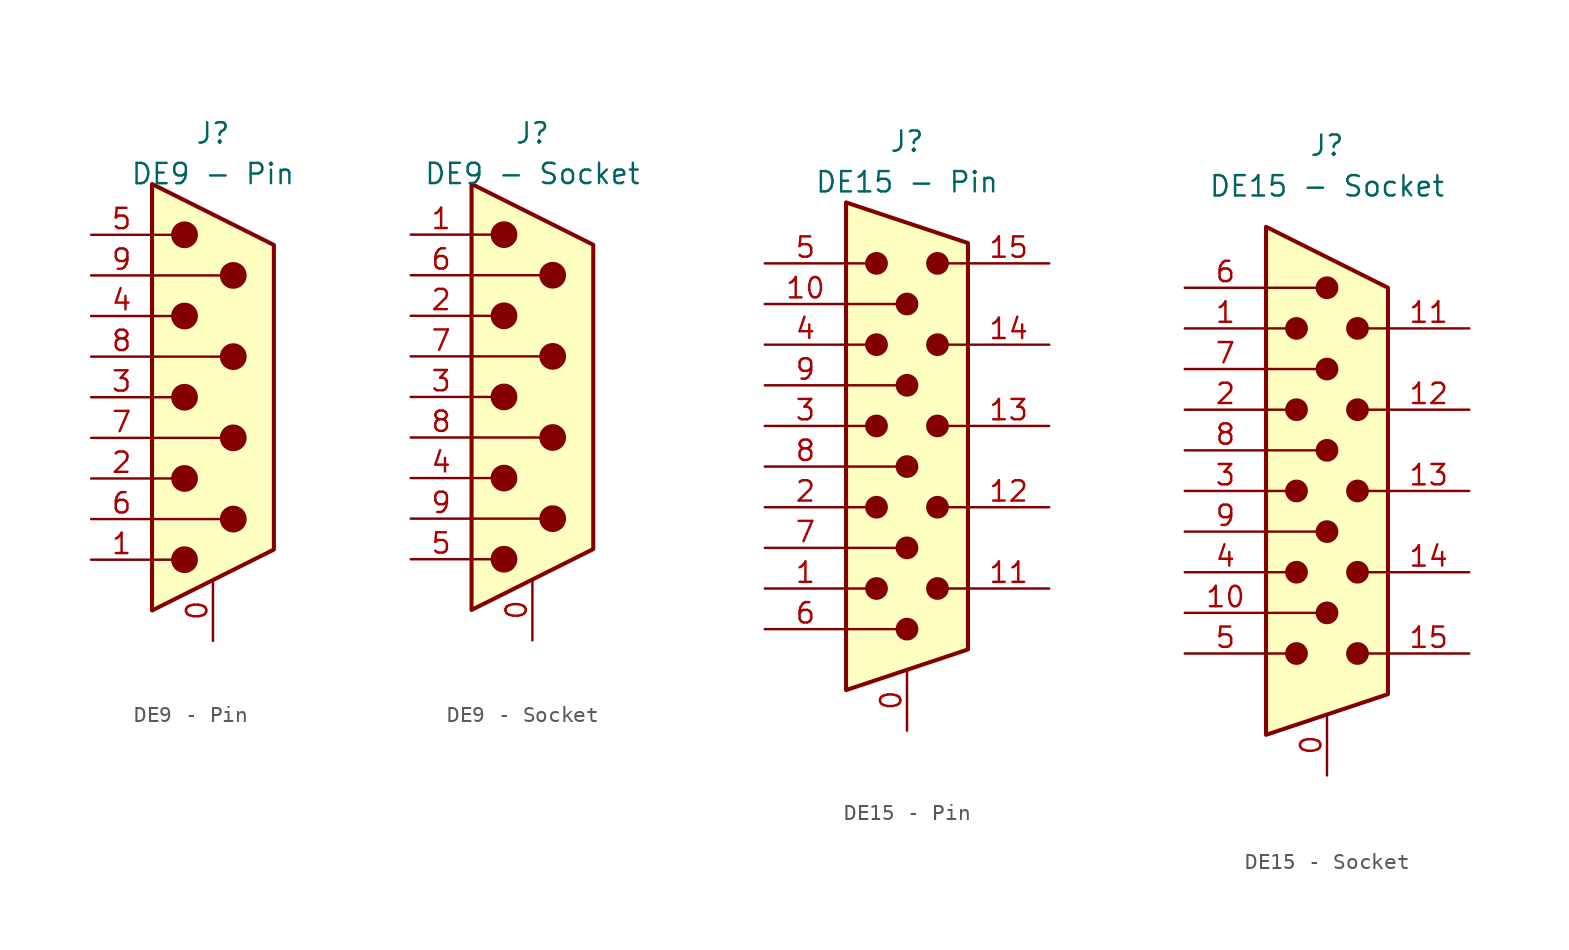
<source format=kicad_sym>
(kicad_symbol_lib
  (version 20211014)
  (generator kicad_symbol_editor)
  (symbol "DE9 - Pin"
    (pin_names
      (offset 1.016) hide)
    (property "Reference" "J"
      (at 0 16.51 0)
      (effects (font (size 1.27 1.27))))
    (property "Value" "DE9 - Pin"
      (at 0 13.97 0)
      (effects (font (size 1.27 1.27))))
    (symbol "DE9 - Pin_0_1"
      (circle (center -1.778 -10.16) (radius 0.762) (stroke (width 0) (type default) (color 0 0 0 0)) (fill (type outline)))
      (circle (center -1.778 -5.08) (radius 0.762) (stroke (width 0) (type default) (color 0 0 0 0)) (fill (type outline)))
      (circle (center -1.778 0) (radius 0.762) (stroke (width 0) (type default) (color 0 0 0 0)) (fill (type outline)))
      (circle (center -1.778 5.08) (radius 0.762) (stroke (width 0) (type default) (color 0 0 0 0)) (fill (type outline)))
      (circle (center -1.778 10.16) (radius 0.762) (stroke (width 0) (type default) (color 0 0 0 0)) (fill (type outline)))
      (polyline (pts (xy -3.81 -10.16) (xy -1.27 -10.16)) (stroke (width 0) (type default) (color 0 0 0 0)) (fill (type none)))
      (polyline (pts (xy -3.81 -7.62) (xy 1.27 -7.62)) (stroke (width 0) (type default) (color 0 0 0 0)) (fill (type none)))
      (polyline (pts (xy -3.81 -5.08) (xy -1.27 -5.08)) (stroke (width 0) (type default) (color 0 0 0 0)) (fill (type none)))
      (polyline (pts (xy -3.81 -2.54) (xy 1.27 -2.54)) (stroke (width 0) (type default) (color 0 0 0 0)) (fill (type none)))
      (polyline (pts (xy -3.81 0) (xy -1.27 0)) (stroke (width 0) (type default) (color 0 0 0 0)) (fill (type none)))
      (polyline (pts (xy -3.81 2.54) (xy 1.27 2.54)) (stroke (width 0) (type default) (color 0 0 0 0)) (fill (type none)))
      (polyline (pts (xy -3.81 5.08) (xy -1.27 5.08)) (stroke (width 0) (type default) (color 0 0 0 0)) (fill (type none)))
      (polyline (pts (xy -3.81 7.62) (xy 1.27 7.62)) (stroke (width 0) (type default) (color 0 0 0 0)) (fill (type none)))
      (polyline (pts (xy -3.81 10.16) (xy -1.27 10.16)) (stroke (width 0) (type default) (color 0 0 0 0)) (fill (type none)))
      (polyline (pts (xy -3.81 13.335) (xy -3.81 -13.335) (xy 3.81 -9.525) (xy 3.81 9.525) (xy -3.81 13.335)) (stroke (width 0.254) (type default) (color 0 0 0 0)) (fill (type background)))
      (circle (center 1.27 -7.62) (radius 0.762) (stroke (width 0) (type default) (color 0 0 0 0)) (fill (type outline)))
      (circle (center 1.27 -2.54) (radius 0.762) (stroke (width 0) (type default) (color 0 0 0 0)) (fill (type outline)))
      (circle (center 1.27 2.54) (radius 0.762) (stroke (width 0) (type default) (color 0 0 0 0)) (fill (type outline)))
      (circle (center 1.27 7.62) (radius 0.762) (stroke (width 0) (type default) (color 0 0 0 0)) (fill (type outline))))
    (symbol "DE9 - Pin_1_1"
      (pin passive line (at 0 -15.24 90) (length 3.81) (name "0" (effects (font (size 1.27 1.27)))) (number "0" (effects (font (size 1.27 1.27)))))
      (pin passive line (at -7.62 -10.16 0) (length 3.81) (name "1" (effects (font (size 1.27 1.27)))) (number "1" (effects (font (size 1.27 1.27)))))
      (pin passive line (at -7.62 -5.08 0) (length 3.81) (name "2" (effects (font (size 1.27 1.27)))) (number "2" (effects (font (size 1.27 1.27)))))
      (pin passive line (at -7.62 0 0) (length 3.81) (name "3" (effects (font (size 1.27 1.27)))) (number "3" (effects (font (size 1.27 1.27)))))
      (pin passive line (at -7.62 5.08 0) (length 3.81) (name "4" (effects (font (size 1.27 1.27)))) (number "4" (effects (font (size 1.27 1.27)))))
      (pin passive line (at -7.62 10.16 0) (length 3.81) (name "5" (effects (font (size 1.27 1.27)))) (number "5" (effects (font (size 1.27 1.27)))))
      (pin passive line (at -7.62 -7.62 0) (length 3.81) (name "6" (effects (font (size 1.27 1.27)))) (number "6" (effects (font (size 1.27 1.27)))))
      (pin passive line (at -7.62 -2.54 0) (length 3.81) (name "7" (effects (font (size 1.27 1.27)))) (number "7" (effects (font (size 1.27 1.27)))))
      (pin passive line (at -7.62 2.54 0) (length 3.81) (name "8" (effects (font (size 1.27 1.27)))) (number "8" (effects (font (size 1.27 1.27)))))
      (pin passive line (at -7.62 7.62 0) (length 3.81) (name "9" (effects (font (size 1.27 1.27)))) (number "9" (effects (font (size 1.27 1.27)))))))
  (symbol "DE9 - Socket"
    (pin_names
      (offset 1.016) hide)
    (property "Reference" "J"
      (at 0 16.51 0)
      (effects (font (size 1.27 1.27))))
    (property "Value" "DE9 - Socket"
      (at 0 13.97 0)
      (effects (font (size 1.27 1.27))))
    (symbol "DE9 - Socket_0_1"
      (circle (center -1.778 -10.16) (radius 0.762) (stroke (width 0) (type default) (color 0 0 0 0)) (fill (type outline)))
      (circle (center -1.778 -5.08) (radius 0.762) (stroke (width 0) (type default) (color 0 0 0 0)) (fill (type outline)))
      (circle (center -1.778 0) (radius 0.762) (stroke (width 0) (type default) (color 0 0 0 0)) (fill (type outline)))
      (circle (center -1.778 5.08) (radius 0.762) (stroke (width 0) (type default) (color 0 0 0 0)) (fill (type outline)))
      (circle (center -1.778 10.16) (radius 0.762) (stroke (width 0) (type default) (color 0 0 0 0)) (fill (type outline)))
      (polyline (pts (xy -3.81 -10.16) (xy -1.27 -10.16)) (stroke (width 0) (type default) (color 0 0 0 0)) (fill (type none)))
      (polyline (pts (xy -3.81 -7.62) (xy 1.27 -7.62)) (stroke (width 0) (type default) (color 0 0 0 0)) (fill (type none)))
      (polyline (pts (xy -3.81 -5.08) (xy -1.27 -5.08)) (stroke (width 0) (type default) (color 0 0 0 0)) (fill (type none)))
      (polyline (pts (xy -3.81 -2.54) (xy 1.27 -2.54)) (stroke (width 0) (type default) (color 0 0 0 0)) (fill (type none)))
      (polyline (pts (xy -3.81 0) (xy -1.27 0)) (stroke (width 0) (type default) (color 0 0 0 0)) (fill (type none)))
      (polyline (pts (xy -3.81 2.54) (xy 1.27 2.54)) (stroke (width 0) (type default) (color 0 0 0 0)) (fill (type none)))
      (polyline (pts (xy -3.81 5.08) (xy -1.27 5.08)) (stroke (width 0) (type default) (color 0 0 0 0)) (fill (type none)))
      (polyline (pts (xy -3.81 7.62) (xy 1.27 7.62)) (stroke (width 0) (type default) (color 0 0 0 0)) (fill (type none)))
      (polyline (pts (xy -3.81 10.16) (xy -1.27 10.16)) (stroke (width 0) (type default) (color 0 0 0 0)) (fill (type none)))
      (polyline (pts (xy -3.81 13.335) (xy -3.81 -13.335) (xy 3.81 -9.525) (xy 3.81 9.525) (xy -3.81 13.335)) (stroke (width 0.254) (type default) (color 0 0 0 0)) (fill (type background)))
      (circle (center 1.27 -7.62) (radius 0.762) (stroke (width 0) (type default) (color 0 0 0 0)) (fill (type outline)))
      (circle (center 1.27 -2.54) (radius 0.762) (stroke (width 0) (type default) (color 0 0 0 0)) (fill (type outline)))
      (circle (center 1.27 2.54) (radius 0.762) (stroke (width 0) (type default) (color 0 0 0 0)) (fill (type outline)))
      (circle (center 1.27 7.62) (radius 0.762) (stroke (width 0) (type default) (color 0 0 0 0)) (fill (type outline))))
    (symbol "DE9 - Socket_1_1"
      (pin passive line (at 0 -15.24 90) (length 3.81) (name "0" (effects (font (size 1.27 1.27)))) (number "0" (effects (font (size 1.27 1.27)))))
      (pin passive line (at -7.62 10.16 0) (length 3.81) (name "1" (effects (font (size 1.27 1.27)))) (number "1" (effects (font (size 1.27 1.27)))))
      (pin passive line (at -7.62 5.08 0) (length 3.81) (name "2" (effects (font (size 1.27 1.27)))) (number "2" (effects (font (size 1.27 1.27)))))
      (pin passive line (at -7.62 0 0) (length 3.81) (name "3" (effects (font (size 1.27 1.27)))) (number "3" (effects (font (size 1.27 1.27)))))
      (pin passive line (at -7.62 -5.08 0) (length 3.81) (name "4" (effects (font (size 1.27 1.27)))) (number "4" (effects (font (size 1.27 1.27)))))
      (pin passive line (at -7.62 -10.16 0) (length 3.81) (name "5" (effects (font (size 1.27 1.27)))) (number "5" (effects (font (size 1.27 1.27)))))
      (pin passive line (at -7.62 7.62 0) (length 3.81) (name "6" (effects (font (size 1.27 1.27)))) (number "6" (effects (font (size 1.27 1.27)))))
      (pin passive line (at -7.62 2.54 0) (length 3.81) (name "7" (effects (font (size 1.27 1.27)))) (number "7" (effects (font (size 1.27 1.27)))))
      (pin passive line (at -7.62 -2.54 0) (length 3.81) (name "8" (effects (font (size 1.27 1.27)))) (number "8" (effects (font (size 1.27 1.27)))))
      (pin passive line (at -7.62 -7.62 0) (length 3.81) (name "9" (effects (font (size 1.27 1.27)))) (number "9" (effects (font (size 1.27 1.27)))))))
  (symbol "DE15 - Pin"
    (pin_names
      (offset 1.016) hide)
    (property "Reference" "J"
      (at 0 21.59 0)
      (effects (font (size 1.27 1.27))))
    (property "Value" "DE15 - Pin"
      (at 0 19.05 0)
      (effects (font (size 1.27 1.27))))
    (symbol "DE15 - Pin_0_1"
      (circle (center -1.905 -6.35) (radius 0.635) (stroke (width 0) (type default) (color 0 0 0 0)) (fill (type outline)))
      (circle (center -1.905 -1.27) (radius 0.635) (stroke (width 0) (type default) (color 0 0 0 0)) (fill (type outline)))
      (circle (center -1.905 3.81) (radius 0.635) (stroke (width 0) (type default) (color 0 0 0 0)) (fill (type outline)))
      (circle (center -1.905 8.89) (radius 0.635) (stroke (width 0) (type default) (color 0 0 0 0)) (fill (type outline)))
      (circle (center -1.905 13.97) (radius 0.635) (stroke (width 0) (type default) (color 0 0 0 0)) (fill (type outline)))
      (circle (center 0 -8.89) (radius 0.635) (stroke (width 0) (type default) (color 0 0 0 0)) (fill (type outline)))
      (circle (center 0 -3.81) (radius 0.635) (stroke (width 0) (type default) (color 0 0 0 0)) (fill (type outline)))
      (polyline (pts (xy -2.54 -6.35) (xy -3.81 -6.35)) (stroke (width 0) (type default) (color 0 0 0 0)) (fill (type none)))
      (polyline (pts (xy -2.54 -1.27) (xy -3.81 -1.27)) (stroke (width 0) (type default) (color 0 0 0 0)) (fill (type none)))
      (polyline (pts (xy -2.54 3.81) (xy -3.81 3.81)) (stroke (width 0) (type default) (color 0 0 0 0)) (fill (type none)))
      (polyline (pts (xy -2.54 8.89) (xy -3.81 8.89)) (stroke (width 0) (type default) (color 0 0 0 0)) (fill (type none)))
      (polyline (pts (xy -2.54 13.97) (xy -3.81 13.97)) (stroke (width 0) (type default) (color 0 0 0 0)) (fill (type none)))
      (polyline (pts (xy 0 -8.89) (xy -3.81 -8.89)) (stroke (width 0) (type default) (color 0 0 0 0)) (fill (type none)))
      (polyline (pts (xy 0 -3.81) (xy -3.81 -3.81)) (stroke (width 0) (type default) (color 0 0 0 0)) (fill (type none)))
      (polyline (pts (xy 0 1.27) (xy -3.81 1.27)) (stroke (width 0) (type default) (color 0 0 0 0)) (fill (type none)))
      (polyline (pts (xy 0 6.35) (xy -3.81 6.35)) (stroke (width 0) (type default) (color 0 0 0 0)) (fill (type none)))
      (polyline (pts (xy 0 11.43) (xy -3.81 11.43)) (stroke (width 0) (type default) (color 0 0 0 0)) (fill (type none)))
      (polyline (pts (xy 3.81 -6.35) (xy 2.54 -6.35)) (stroke (width 0) (type default) (color 0 0 0 0)) (fill (type none)))
      (polyline (pts (xy 3.81 -1.27) (xy 2.54 -1.27)) (stroke (width 0) (type default) (color 0 0 0 0)) (fill (type none)))
      (polyline (pts (xy 3.81 3.81) (xy 2.54 3.81)) (stroke (width 0) (type default) (color 0 0 0 0)) (fill (type none)))
      (polyline (pts (xy 3.81 8.89) (xy 2.54 8.89)) (stroke (width 0) (type default) (color 0 0 0 0)) (fill (type none)))
      (polyline (pts (xy 3.81 13.97) (xy 2.54 13.97)) (stroke (width 0) (type default) (color 0 0 0 0)) (fill (type none)))
      (polyline (pts (xy -3.81 17.78) (xy -3.81 -12.7) (xy 3.81 -10.16) (xy 3.81 15.24) (xy -3.81 17.78)) (stroke (width 0.254) (type default) (color 0 0 0 0)) (fill (type background)))
      (circle (center 0 1.27) (radius 0.635) (stroke (width 0) (type default) (color 0 0 0 0)) (fill (type outline)))
      (circle (center 0 6.35) (radius 0.635) (stroke (width 0) (type default) (color 0 0 0 0)) (fill (type outline)))
      (circle (center 0 11.43) (radius 0.635) (stroke (width 0) (type default) (color 0 0 0 0)) (fill (type outline)))
      (circle (center 1.905 -6.35) (radius 0.635) (stroke (width 0) (type default) (color 0 0 0 0)) (fill (type outline)))
      (circle (center 1.905 -1.27) (radius 0.635) (stroke (width 0) (type default) (color 0 0 0 0)) (fill (type outline)))
      (circle (center 1.905 3.81) (radius 0.635) (stroke (width 0) (type default) (color 0 0 0 0)) (fill (type outline)))
      (circle (center 1.905 8.89) (radius 0.635) (stroke (width 0) (type default) (color 0 0 0 0)) (fill (type outline)))
      (circle (center 1.905 13.97) (radius 0.635) (stroke (width 0) (type default) (color 0 0 0 0)) (fill (type outline))))
    (symbol "DE15 - Pin_1_1"
      (pin passive line (at 0 -15.24 90) (length 3.81) (name "0" (effects (font (size 1.27 1.27)))) (number "0" (effects (font (size 1.27 1.27)))))
      (pin passive line (at -8.89 -6.35 0) (length 5.08) (name "1" (effects (font (size 1.27 1.27)))) (number "1" (effects (font (size 1.27 1.27)))))
      (pin passive line (at -8.89 11.43 0) (length 5.08) (name "10" (effects (font (size 1.27 1.27)))) (number "10" (effects (font (size 1.27 1.27)))))
      (pin passive line (at 8.89 -6.35 180) (length 5.08) (name "11" (effects (font (size 1.27 1.27)))) (number "11" (effects (font (size 1.27 1.27)))))
      (pin passive line (at 8.89 -1.27 180) (length 5.08) (name "12" (effects (font (size 1.27 1.27)))) (number "12" (effects (font (size 1.27 1.27)))))
      (pin passive line (at 8.89 3.81 180) (length 5.08) (name "13" (effects (font (size 1.27 1.27)))) (number "13" (effects (font (size 1.27 1.27)))))
      (pin passive line (at 8.89 8.89 180) (length 5.08) (name "14" (effects (font (size 1.27 1.27)))) (number "14" (effects (font (size 1.27 1.27)))))
      (pin passive line (at 8.89 13.97 180) (length 5.08) (name "15" (effects (font (size 1.27 1.27)))) (number "15" (effects (font (size 1.27 1.27)))))
      (pin passive line (at -8.89 -1.27 0) (length 5.08) (name "2" (effects (font (size 1.27 1.27)))) (number "2" (effects (font (size 1.27 1.27)))))
      (pin passive line (at -8.89 3.81 0) (length 5.08) (name "3" (effects (font (size 1.27 1.27)))) (number "3" (effects (font (size 1.27 1.27)))))
      (pin passive line (at -8.89 8.89 0) (length 5.08) (name "4" (effects (font (size 1.27 1.27)))) (number "4" (effects (font (size 1.27 1.27)))))
      (pin passive line (at -8.89 13.97 0) (length 5.08) (name "5" (effects (font (size 1.27 1.27)))) (number "5" (effects (font (size 1.27 1.27)))))
      (pin passive line (at -8.89 -8.89 0) (length 5.08) (name "6" (effects (font (size 1.27 1.27)))) (number "6" (effects (font (size 1.27 1.27)))))
      (pin passive line (at -8.89 -3.81 0) (length 5.08) (name "7" (effects (font (size 1.27 1.27)))) (number "7" (effects (font (size 1.27 1.27)))))
      (pin passive line (at -8.89 1.27 0) (length 5.08) (name "8" (effects (font (size 1.27 1.27)))) (number "8" (effects (font (size 1.27 1.27)))))
      (pin passive line (at -8.89 6.35 0) (length 5.08) (name "9" (effects (font (size 1.27 1.27)))) (number "9" (effects (font (size 1.27 1.27)))))))
  (symbol "DE15 - Socket"
    (pin_names
      (offset 1.016) hide)
    (property "Reference" "J"
      (at 0 21.59 0)
      (effects (font (size 1.27 1.27))))
    (property "Value" "DE15 - Socket"
      (at 0 19.05 0)
      (effects (font (size 1.27 1.27))))
    (symbol "DE15 - Socket_0_1"
      (circle (center -1.905 -10.16) (radius 0.635) (stroke (width 0) (type default) (color 0 0 0 0)) (fill (type outline)))
      (circle (center -1.905 -5.08) (radius 0.635) (stroke (width 0) (type default) (color 0 0 0 0)) (fill (type outline)))
      (circle (center -1.905 0) (radius 0.635) (stroke (width 0) (type default) (color 0 0 0 0)) (fill (type outline)))
      (circle (center -1.905 5.08) (radius 0.635) (stroke (width 0) (type default) (color 0 0 0 0)) (fill (type outline)))
      (circle (center -1.905 10.16) (radius 0.635) (stroke (width 0) (type default) (color 0 0 0 0)) (fill (type outline)))
      (circle (center 0 -7.62) (radius 0.635) (stroke (width 0) (type default) (color 0 0 0 0)) (fill (type outline)))
      (circle (center 0 -2.54) (radius 0.635) (stroke (width 0) (type default) (color 0 0 0 0)) (fill (type outline)))
      (polyline (pts (xy -2.54 -10.16) (xy -3.81 -10.16)) (stroke (width 0) (type default) (color 0 0 0 0)) (fill (type none)))
      (polyline (pts (xy -2.54 -5.08) (xy -3.81 -5.08)) (stroke (width 0) (type default) (color 0 0 0 0)) (fill (type none)))
      (polyline (pts (xy -2.54 0) (xy -3.81 0)) (stroke (width 0) (type default) (color 0 0 0 0)) (fill (type none)))
      (polyline (pts (xy -2.54 5.08) (xy -3.81 5.08)) (stroke (width 0) (type default) (color 0 0 0 0)) (fill (type none)))
      (polyline (pts (xy -2.54 10.16) (xy -3.81 10.16)) (stroke (width 0) (type default) (color 0 0 0 0)) (fill (type none)))
      (polyline (pts (xy 0 -7.62) (xy -3.81 -7.62)) (stroke (width 0) (type default) (color 0 0 0 0)) (fill (type none)))
      (polyline (pts (xy 0 -2.54) (xy -3.81 -2.54)) (stroke (width 0) (type default) (color 0 0 0 0)) (fill (type none)))
      (polyline (pts (xy 0 2.54) (xy -3.81 2.54)) (stroke (width 0) (type default) (color 0 0 0 0)) (fill (type none)))
      (polyline (pts (xy 0 7.62) (xy -3.81 7.62)) (stroke (width 0) (type default) (color 0 0 0 0)) (fill (type none)))
      (polyline (pts (xy 0 12.7) (xy -3.81 12.7)) (stroke (width 0) (type default) (color 0 0 0 0)) (fill (type none)))
      (polyline (pts (xy 3.81 -10.16) (xy 2.54 -10.16)) (stroke (width 0) (type default) (color 0 0 0 0)) (fill (type none)))
      (polyline (pts (xy 3.81 -5.08) (xy 2.54 -5.08)) (stroke (width 0) (type default) (color 0 0 0 0)) (fill (type none)))
      (polyline (pts (xy 3.81 0) (xy 2.54 0)) (stroke (width 0) (type default) (color 0 0 0 0)) (fill (type none)))
      (polyline (pts (xy 3.81 5.08) (xy 2.54 5.08)) (stroke (width 0) (type default) (color 0 0 0 0)) (fill (type none)))
      (polyline (pts (xy 3.81 10.16) (xy 2.54 10.16)) (stroke (width 0) (type default) (color 0 0 0 0)) (fill (type none)))
      (polyline (pts (xy -3.81 16.51) (xy -3.81 -15.24) (xy 3.81 -12.7) (xy 3.81 12.7) (xy -3.81 16.51)) (stroke (width 0.254) (type default) (color 0 0 0 0)) (fill (type background)))
      (circle (center 0 2.54) (radius 0.635) (stroke (width 0) (type default) (color 0 0 0 0)) (fill (type outline)))
      (circle (center 0 7.62) (radius 0.635) (stroke (width 0) (type default) (color 0 0 0 0)) (fill (type outline)))
      (circle (center 0 12.7) (radius 0.635) (stroke (width 0) (type default) (color 0 0 0 0)) (fill (type outline)))
      (circle (center 1.905 -10.16) (radius 0.635) (stroke (width 0) (type default) (color 0 0 0 0)) (fill (type outline)))
      (circle (center 1.905 -5.08) (radius 0.635) (stroke (width 0) (type default) (color 0 0 0 0)) (fill (type outline)))
      (circle (center 1.905 0) (radius 0.635) (stroke (width 0) (type default) (color 0 0 0 0)) (fill (type outline)))
      (circle (center 1.905 5.08) (radius 0.635) (stroke (width 0) (type default) (color 0 0 0 0)) (fill (type outline)))
      (circle (center 1.905 10.16) (radius 0.635) (stroke (width 0) (type default) (color 0 0 0 0)) (fill (type outline))))
    (symbol "DE15 - Socket_1_1"
      (pin passive line (at 0 -17.78 90) (length 3.81) (name "0" (effects (font (size 1.27 1.27)))) (number "0" (effects (font (size 1.27 1.27)))))
      (pin passive line (at -8.89 10.16 0) (length 5.08) (name "1" (effects (font (size 1.27 1.27)))) (number "1" (effects (font (size 1.27 1.27)))))
      (pin passive line (at -8.89 -7.62 0) (length 5.08) (name "10" (effects (font (size 1.27 1.27)))) (number "10" (effects (font (size 1.27 1.27)))))
      (pin passive line (at 8.89 10.16 180) (length 5.08) (name "11" (effects (font (size 1.27 1.27)))) (number "11" (effects (font (size 1.27 1.27)))))
      (pin passive line (at 8.89 5.08 180) (length 5.08) (name "12" (effects (font (size 1.27 1.27)))) (number "12" (effects (font (size 1.27 1.27)))))
      (pin passive line (at 8.89 0 180) (length 5.08) (name "13" (effects (font (size 1.27 1.27)))) (number "13" (effects (font (size 1.27 1.27)))))
      (pin passive line (at 8.89 -5.08 180) (length 5.08) (name "14" (effects (font (size 1.27 1.27)))) (number "14" (effects (font (size 1.27 1.27)))))
      (pin passive line (at 8.89 -10.16 180) (length 5.08) (name "15" (effects (font (size 1.27 1.27)))) (number "15" (effects (font (size 1.27 1.27)))))
      (pin passive line (at -8.89 5.08 0) (length 5.08) (name "2" (effects (font (size 1.27 1.27)))) (number "2" (effects (font (size 1.27 1.27)))))
      (pin passive line (at -8.89 0 0) (length 5.08) (name "3" (effects (font (size 1.27 1.27)))) (number "3" (effects (font (size 1.27 1.27)))))
      (pin passive line (at -8.89 -5.08 0) (length 5.08) (name "4" (effects (font (size 1.27 1.27)))) (number "4" (effects (font (size 1.27 1.27)))))
      (pin passive line (at -8.89 -10.16 0) (length 5.08) (name "5" (effects (font (size 1.27 1.27)))) (number "5" (effects (font (size 1.27 1.27)))))
      (pin passive line (at -8.89 12.7 0) (length 5.08) (name "6" (effects (font (size 1.27 1.27)))) (number "6" (effects (font (size 1.27 1.27)))))
      (pin passive line (at -8.89 7.62 0) (length 5.08) (name "7" (effects (font (size 1.27 1.27)))) (number "7" (effects (font (size 1.27 1.27)))))
      (pin passive line (at -8.89 2.54 0) (length 5.08) (name "8" (effects (font (size 1.27 1.27)))) (number "8" (effects (font (size 1.27 1.27)))))
      (pin passive line (at -8.89 -2.54 0) (length 5.08) (name "9" (effects (font (size 1.27 1.27)))) (number "9" (effects (font (size 1.27 1.27))))))))
</source>
